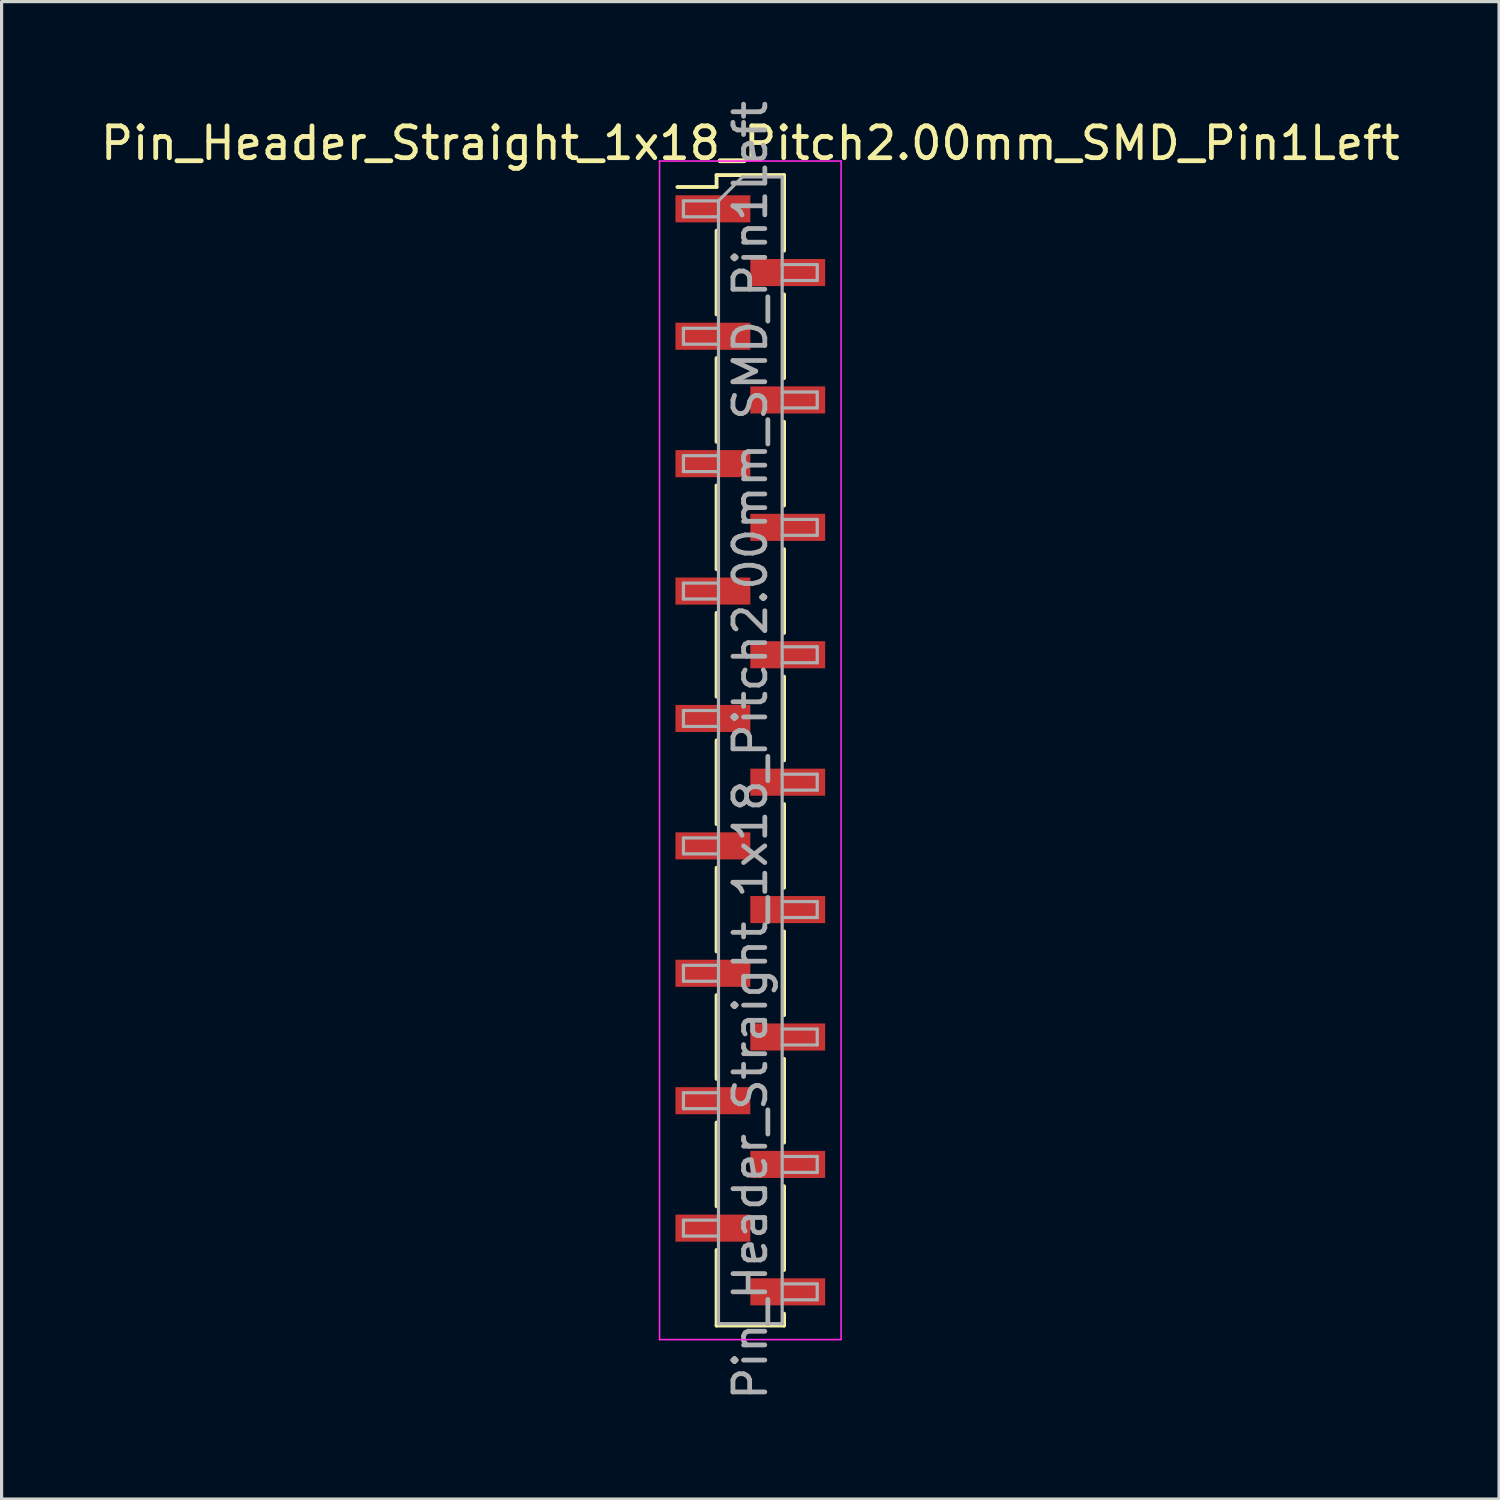
<source format=kicad_pcb>
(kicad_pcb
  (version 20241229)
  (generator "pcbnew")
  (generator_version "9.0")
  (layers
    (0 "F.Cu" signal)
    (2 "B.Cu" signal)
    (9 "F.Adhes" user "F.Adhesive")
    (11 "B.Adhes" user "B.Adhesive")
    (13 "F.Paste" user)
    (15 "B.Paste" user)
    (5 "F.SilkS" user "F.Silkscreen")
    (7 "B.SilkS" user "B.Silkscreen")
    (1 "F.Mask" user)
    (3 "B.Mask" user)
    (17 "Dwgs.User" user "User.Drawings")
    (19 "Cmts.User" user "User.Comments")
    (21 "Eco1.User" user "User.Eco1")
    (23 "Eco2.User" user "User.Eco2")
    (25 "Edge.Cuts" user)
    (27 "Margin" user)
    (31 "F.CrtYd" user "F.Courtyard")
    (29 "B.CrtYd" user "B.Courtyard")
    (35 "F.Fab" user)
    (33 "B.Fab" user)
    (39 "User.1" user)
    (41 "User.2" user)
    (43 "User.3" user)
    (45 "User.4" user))
  (footprint "Pin_Header_Straight_1x18_Pitch2.00mm_SMD_Pin1Left"
    (layer "F.Cu")
    (at 20.506 20.506)
    (property "Reference" "Pin_Header_Straight_1x18_Pitch2.00mm_SMD_Pin1Left" (at 0 -19.06 0) (layer "F.SilkS") (effects (font (size 1 1) (thickness 0.15))))
    (attr smd)
    (fp_line (start -1.06 -18.06) (end -1.06 -17.685) (stroke (width 0.12) (type solid)) (layer "F.SilkS"))
    (fp_line (start -1.06 -18.06) (end 1.06 -18.06) (stroke (width 0.12) (type solid)) (layer "F.SilkS"))
    (fp_line (start -1.06 -17.685) (end -2.29 -17.685) (stroke (width 0.12) (type solid)) (layer "F.SilkS"))
    (fp_line (start -1.06 -16.315) (end -1.06 -13.685) (stroke (width 0.12) (type solid)) (layer "F.SilkS"))
    (fp_line (start -1.06 -12.315) (end -1.06 -9.685) (stroke (width 0.12) (type solid)) (layer "F.SilkS"))
    (fp_line (start -1.06 -8.315) (end -1.06 -5.685) (stroke (width 0.12) (type solid)) (layer "F.SilkS"))
    (fp_line (start -1.06 -4.315) (end -1.06 -1.685) (stroke (width 0.12) (type solid)) (layer "F.SilkS"))
    (fp_line (start -1.06 -0.315) (end -1.06 2.315) (stroke (width 0.12) (type solid)) (layer "F.SilkS"))
    (fp_line (start -1.06 3.685) (end -1.06 6.315) (stroke (width 0.12) (type solid)) (layer "F.SilkS"))
    (fp_line (start -1.06 7.685) (end -1.06 10.315) (stroke (width 0.12) (type solid)) (layer "F.SilkS"))
    (fp_line (start -1.06 11.685) (end -1.06 14.315) (stroke (width 0.12) (type solid)) (layer "F.SilkS"))
    (fp_line (start -1.06 15.685) (end -1.06 18.06) (stroke (width 0.12) (type solid)) (layer "F.SilkS"))
    (fp_line (start -1.06 18.06) (end 1.06 18.06) (stroke (width 0.12) (type solid)) (layer "F.SilkS"))
    (fp_line (start 1.06 -18.06) (end 1.06 -15.685) (stroke (width 0.12) (type solid)) (layer "F.SilkS"))
    (fp_line (start 1.06 -14.315) (end 1.06 -11.685) (stroke (width 0.12) (type solid)) (layer "F.SilkS"))
    (fp_line (start 1.06 -10.315) (end 1.06 -7.685) (stroke (width 0.12) (type solid)) (layer "F.SilkS"))
    (fp_line (start 1.06 -6.315) (end 1.06 -3.685) (stroke (width 0.12) (type solid)) (layer "F.SilkS"))
    (fp_line (start 1.06 -2.315) (end 1.06 0.315) (stroke (width 0.12) (type solid)) (layer "F.SilkS"))
    (fp_line (start 1.06 1.685) (end 1.06 4.315) (stroke (width 0.12) (type solid)) (layer "F.SilkS"))
    (fp_line (start 1.06 5.685) (end 1.06 8.315) (stroke (width 0.12) (type solid)) (layer "F.SilkS"))
    (fp_line (start 1.06 9.685) (end 1.06 12.315) (stroke (width 0.12) (type solid)) (layer "F.SilkS"))
    (fp_line (start 1.06 13.685) (end 1.06 16.315) (stroke (width 0.12) (type solid)) (layer "F.SilkS"))
    (fp_line (start 1.06 17.685) (end 1.06 18.06) (stroke (width 0.12) (type solid)) (layer "F.SilkS"))
    (fp_line (start -2.85 -18.5) (end -2.85 18.5) (stroke (width 0.05) (type solid)) (layer "F.CrtYd"))
    (fp_line (start -2.85 18.5) (end 2.85 18.5) (stroke (width 0.05) (type solid)) (layer "F.CrtYd"))
    (fp_line (start 2.85 -18.5) (end -2.85 -18.5) (stroke (width 0.05) (type solid)) (layer "F.CrtYd"))
    (fp_line (start 2.85 18.5) (end 2.85 -18.5) (stroke (width 0.05) (type solid)) (layer "F.CrtYd"))
    (fp_line (start -2.1 -17.25) (end -2.1 -16.75) (stroke (width 0.1) (type solid)) (layer "F.Fab"))
    (fp_line (start -2.1 -16.75) (end -1 -16.75) (stroke (width 0.1) (type solid)) (layer "F.Fab"))
    (fp_line (start -2.1 -13.25) (end -2.1 -12.75) (stroke (width 0.1) (type solid)) (layer "F.Fab"))
    (fp_line (start -2.1 -12.75) (end -1 -12.75) (stroke (width 0.1) (type solid)) (layer "F.Fab"))
    (fp_line (start -2.1 -9.25) (end -2.1 -8.75) (stroke (width 0.1) (type solid)) (layer "F.Fab"))
    (fp_line (start -2.1 -8.75) (end -1 -8.75) (stroke (width 0.1) (type solid)) (layer "F.Fab"))
    (fp_line (start -2.1 -5.25) (end -2.1 -4.75) (stroke (width 0.1) (type solid)) (layer "F.Fab"))
    (fp_line (start -2.1 -4.75) (end -1 -4.75) (stroke (width 0.1) (type solid)) (layer "F.Fab"))
    (fp_line (start -2.1 -1.25) (end -2.1 -0.75) (stroke (width 0.1) (type solid)) (layer "F.Fab"))
    (fp_line (start -2.1 -0.75) (end -1 -0.75) (stroke (width 0.1) (type solid)) (layer "F.Fab"))
    (fp_line (start -2.1 2.75) (end -2.1 3.25) (stroke (width 0.1) (type solid)) (layer "F.Fab"))
    (fp_line (start -2.1 3.25) (end -1 3.25) (stroke (width 0.1) (type solid)) (layer "F.Fab"))
    (fp_line (start -2.1 6.75) (end -2.1 7.25) (stroke (width 0.1) (type solid)) (layer "F.Fab"))
    (fp_line (start -2.1 7.25) (end -1 7.25) (stroke (width 0.1) (type solid)) (layer "F.Fab"))
    (fp_line (start -2.1 10.75) (end -2.1 11.25) (stroke (width 0.1) (type solid)) (layer "F.Fab"))
    (fp_line (start -2.1 11.25) (end -1 11.25) (stroke (width 0.1) (type solid)) (layer "F.Fab"))
    (fp_line (start -2.1 14.75) (end -2.1 15.25) (stroke (width 0.1) (type solid)) (layer "F.Fab"))
    (fp_line (start -2.1 15.25) (end -1 15.25) (stroke (width 0.1) (type solid)) (layer "F.Fab"))
    (fp_line (start -1 -17.25) (end -2.1 -17.25) (stroke (width 0.1) (type solid)) (layer "F.Fab"))
    (fp_line (start -1 -17.25) (end -0.25 -18) (stroke (width 0.1) (type solid)) (layer "F.Fab"))
    (fp_line (start -1 -13.25) (end -2.1 -13.25) (stroke (width 0.1) (type solid)) (layer "F.Fab"))
    (fp_line (start -1 -9.25) (end -2.1 -9.25) (stroke (width 0.1) (type solid)) (layer "F.Fab"))
    (fp_line (start -1 -5.25) (end -2.1 -5.25) (stroke (width 0.1) (type solid)) (layer "F.Fab"))
    (fp_line (start -1 -1.25) (end -2.1 -1.25) (stroke (width 0.1) (type solid)) (layer "F.Fab"))
    (fp_line (start -1 2.75) (end -2.1 2.75) (stroke (width 0.1) (type solid)) (layer "F.Fab"))
    (fp_line (start -1 6.75) (end -2.1 6.75) (stroke (width 0.1) (type solid)) (layer "F.Fab"))
    (fp_line (start -1 10.75) (end -2.1 10.75) (stroke (width 0.1) (type solid)) (layer "F.Fab"))
    (fp_line (start -1 14.75) (end -2.1 14.75) (stroke (width 0.1) (type solid)) (layer "F.Fab"))
    (fp_line (start -1 18) (end -1 -17.25) (stroke (width 0.1) (type solid)) (layer "F.Fab"))
    (fp_line (start -0.25 -18) (end 1 -18) (stroke (width 0.1) (type solid)) (layer "F.Fab"))
    (fp_line (start 1 -18) (end 1 18) (stroke (width 0.1) (type solid)) (layer "F.Fab"))
    (fp_line (start 1 -15.25) (end 2.1 -15.25) (stroke (width 0.1) (type solid)) (layer "F.Fab"))
    (fp_line (start 1 -11.25) (end 2.1 -11.25) (stroke (width 0.1) (type solid)) (layer "F.Fab"))
    (fp_line (start 1 -7.25) (end 2.1 -7.25) (stroke (width 0.1) (type solid)) (layer "F.Fab"))
    (fp_line (start 1 -3.25) (end 2.1 -3.25) (stroke (width 0.1) (type solid)) (layer "F.Fab"))
    (fp_line (start 1 0.75) (end 2.1 0.75) (stroke (width 0.1) (type solid)) (layer "F.Fab"))
    (fp_line (start 1 4.75) (end 2.1 4.75) (stroke (width 0.1) (type solid)) (layer "F.Fab"))
    (fp_line (start 1 8.75) (end 2.1 8.75) (stroke (width 0.1) (type solid)) (layer "F.Fab"))
    (fp_line (start 1 12.75) (end 2.1 12.75) (stroke (width 0.1) (type solid)) (layer "F.Fab"))
    (fp_line (start 1 16.75) (end 2.1 16.75) (stroke (width 0.1) (type solid)) (layer "F.Fab"))
    (fp_line (start 1 18) (end -1 18) (stroke (width 0.1) (type solid)) (layer "F.Fab"))
    (fp_line (start 2.1 -15.25) (end 2.1 -14.75) (stroke (width 0.1) (type solid)) (layer "F.Fab"))
    (fp_line (start 2.1 -14.75) (end 1 -14.75) (stroke (width 0.1) (type solid)) (layer "F.Fab"))
    (fp_line (start 2.1 -11.25) (end 2.1 -10.75) (stroke (width 0.1) (type solid)) (layer "F.Fab"))
    (fp_line (start 2.1 -10.75) (end 1 -10.75) (stroke (width 0.1) (type solid)) (layer "F.Fab"))
    (fp_line (start 2.1 -7.25) (end 2.1 -6.75) (stroke (width 0.1) (type solid)) (layer "F.Fab"))
    (fp_line (start 2.1 -6.75) (end 1 -6.75) (stroke (width 0.1) (type solid)) (layer "F.Fab"))
    (fp_line (start 2.1 -3.25) (end 2.1 -2.75) (stroke (width 0.1) (type solid)) (layer "F.Fab"))
    (fp_line (start 2.1 -2.75) (end 1 -2.75) (stroke (width 0.1) (type solid)) (layer "F.Fab"))
    (fp_line (start 2.1 0.75) (end 2.1 1.25) (stroke (width 0.1) (type solid)) (layer "F.Fab"))
    (fp_line (start 2.1 1.25) (end 1 1.25) (stroke (width 0.1) (type solid)) (layer "F.Fab"))
    (fp_line (start 2.1 4.75) (end 2.1 5.25) (stroke (width 0.1) (type solid)) (layer "F.Fab"))
    (fp_line (start 2.1 5.25) (end 1 5.25) (stroke (width 0.1) (type solid)) (layer "F.Fab"))
    (fp_line (start 2.1 8.75) (end 2.1 9.25) (stroke (width 0.1) (type solid)) (layer "F.Fab"))
    (fp_line (start 2.1 9.25) (end 1 9.25) (stroke (width 0.1) (type solid)) (layer "F.Fab"))
    (fp_line (start 2.1 12.75) (end 2.1 13.25) (stroke (width 0.1) (type solid)) (layer "F.Fab"))
    (fp_line (start 2.1 13.25) (end 1 13.25) (stroke (width 0.1) (type solid)) (layer "F.Fab"))
    (fp_line (start 2.1 16.75) (end 2.1 17.25) (stroke (width 0.1) (type solid)) (layer "F.Fab"))
    (fp_line (start 2.1 17.25) (end 1 17.25) (stroke (width 0.1) (type solid)) (layer "F.Fab"))
    (fp_text user "${REFERENCE}" (at 0 0 90) (layer "F.Fab") (effects (font (size 1 1) (thickness 0.15))))
    (pad "1" smd rect (at -1.175 -17) (size 2.35 0.85) (layers "F.Cu" "F.Mask" "F.Paste"))
    (pad "2" smd rect (at 1.175 -15) (size 2.35 0.85) (layers "F.Cu" "F.Mask" "F.Paste"))
    (pad "3" smd rect (at -1.175 -13) (size 2.35 0.85) (layers "F.Cu" "F.Mask" "F.Paste"))
    (pad "4" smd rect (at 1.175 -11) (size 2.35 0.85) (layers "F.Cu" "F.Mask" "F.Paste"))
    (pad "5" smd rect (at -1.175 -9) (size 2.35 0.85) (layers "F.Cu" "F.Mask" "F.Paste"))
    (pad "6" smd rect (at 1.175 -7) (size 2.35 0.85) (layers "F.Cu" "F.Mask" "F.Paste"))
    (pad "7" smd rect (at -1.175 -5) (size 2.35 0.85) (layers "F.Cu" "F.Mask" "F.Paste"))
    (pad "8" smd rect (at 1.175 -3) (size 2.35 0.85) (layers "F.Cu" "F.Mask" "F.Paste"))
    (pad "9" smd rect (at -1.175 -1) (size 2.35 0.85) (layers "F.Cu" "F.Mask" "F.Paste"))
    (pad "10" smd rect (at 1.175 1) (size 2.35 0.85) (layers "F.Cu" "F.Mask" "F.Paste"))
    (pad "11" smd rect (at -1.175 3) (size 2.35 0.85) (layers "F.Cu" "F.Mask" "F.Paste"))
    (pad "12" smd rect (at 1.175 5) (size 2.35 0.85) (layers "F.Cu" "F.Mask" "F.Paste"))
    (pad "13" smd rect (at -1.175 7) (size 2.35 0.85) (layers "F.Cu" "F.Mask" "F.Paste"))
    (pad "14" smd rect (at 1.175 9) (size 2.35 0.85) (layers "F.Cu" "F.Mask" "F.Paste"))
    (pad "15" smd rect (at -1.175 11) (size 2.35 0.85) (layers "F.Cu" "F.Mask" "F.Paste"))
    (pad "16" smd rect (at 1.175 13) (size 2.35 0.85) (layers "F.Cu" "F.Mask" "F.Paste"))
    (pad "17" smd rect (at -1.175 15) (size 2.35 0.85) (layers "F.Cu" "F.Mask" "F.Paste"))
    (pad "18" smd rect (at 1.175 17) (size 2.35 0.85) (layers "F.Cu" "F.Mask" "F.Paste")))
  (gr_rect
    (start -3 -3)
    (end 44.012 44.012)
    (stroke (width 0.1) (type default))
    (fill no)
    (layer "Edge.Cuts")))
</source>
